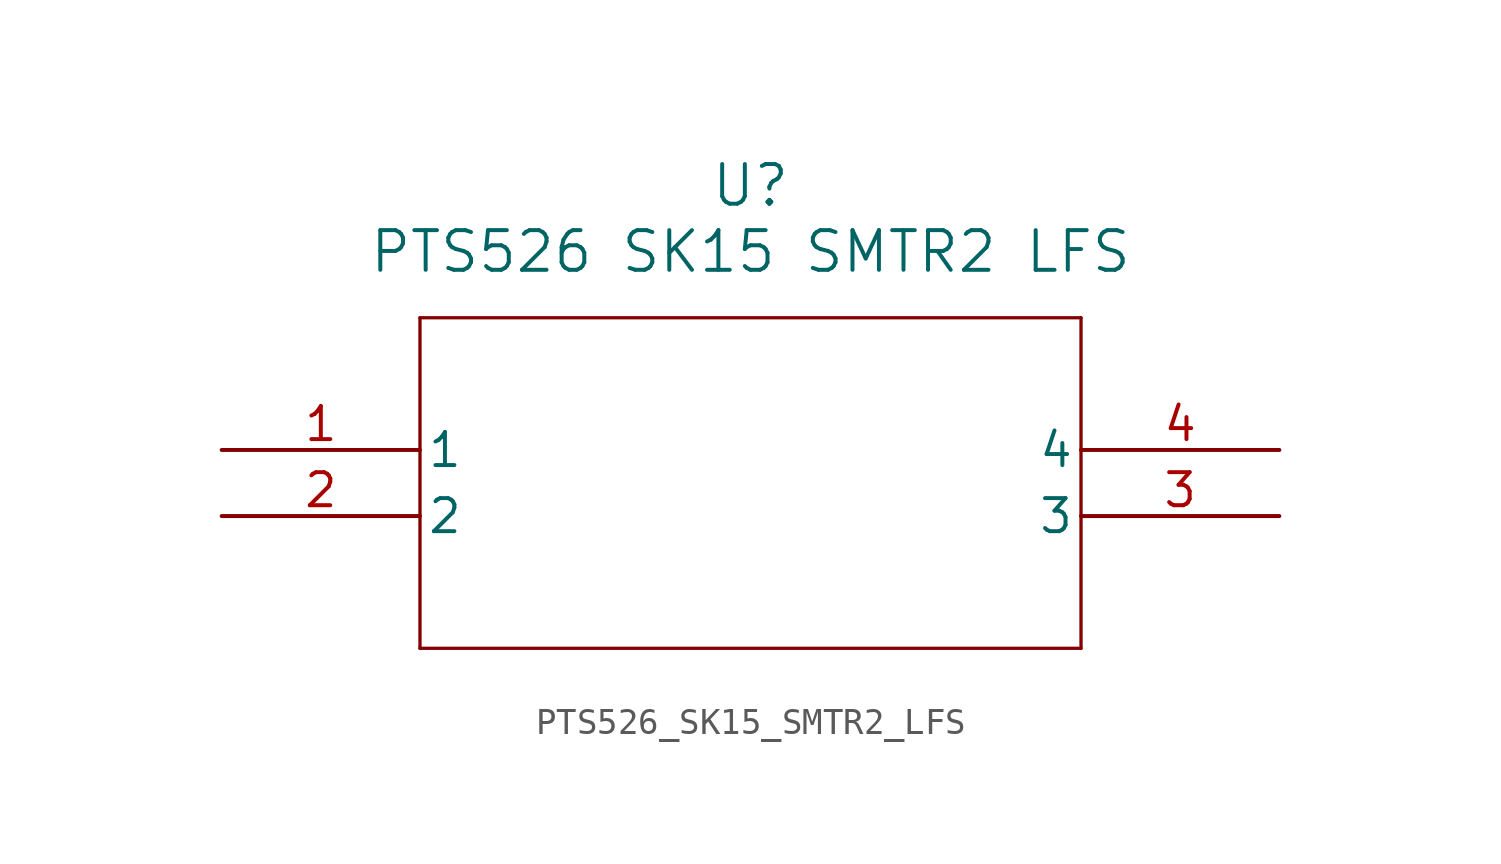
<source format=kicad_sym>
(kicad_symbol_lib
  (version 20211014)
  (generator kicad_symbol_editor)
  (symbol "PTS526_SK15_SMTR2_LFS"
    (pin_names
      (offset 0.254))
    (property "Reference" "U"
      (at 20.32 10.16 0)
      (effects (font (size 1.524 1.524))))
    (property "Value" "PTS526 SK15 SMTR2 LFS"
      (at 20.32 7.62 0)
      (effects (font (size 1.524 1.524))))
    (polyline
      (pts (xy 7.62 5.08) (xy 7.62 -7.62))
      (stroke (width 0.127) (type default) (color 0 0 0 0))
      (fill (type none)))
    (polyline
      (pts (xy 7.62 -7.62) (xy 33.02 -7.62))
      (stroke (width 0.127) (type default) (color 0 0 0 0))
      (fill (type none)))
    (polyline
      (pts (xy 33.02 -7.62) (xy 33.02 5.08))
      (stroke (width 0.127) (type default) (color 0 0 0 0))
      (fill (type none)))
    (polyline
      (pts (xy 33.02 5.08) (xy 7.62 5.08))
      (stroke (width 0.127) (type default) (color 0 0 0 0))
      (fill (type none)))
    (pin unspecified line
      (at 0 0 0)
      (length 7.62)
      (name "1" (effects (font (size 1.27 1.27))))
      (number "1" (effects (font (size 1.27 1.27)))))
    (pin unspecified line
      (at 0 -2.54 0)
      (length 7.62)
      (name "2" (effects (font (size 1.27 1.27))))
      (number "2" (effects (font (size 1.27 1.27)))))
    (pin unspecified line
      (at 40.64 -2.54 180)
      (length 7.62)
      (name "3" (effects (font (size 1.27 1.27))))
      (number "3" (effects (font (size 1.27 1.27)))))
    (pin unspecified line
      (at 40.64 0 180)
      (length 7.62)
      (name "4" (effects (font (size 1.27 1.27))))
      (number "4" (effects (font (size 1.27 1.27)))))))
</source>
